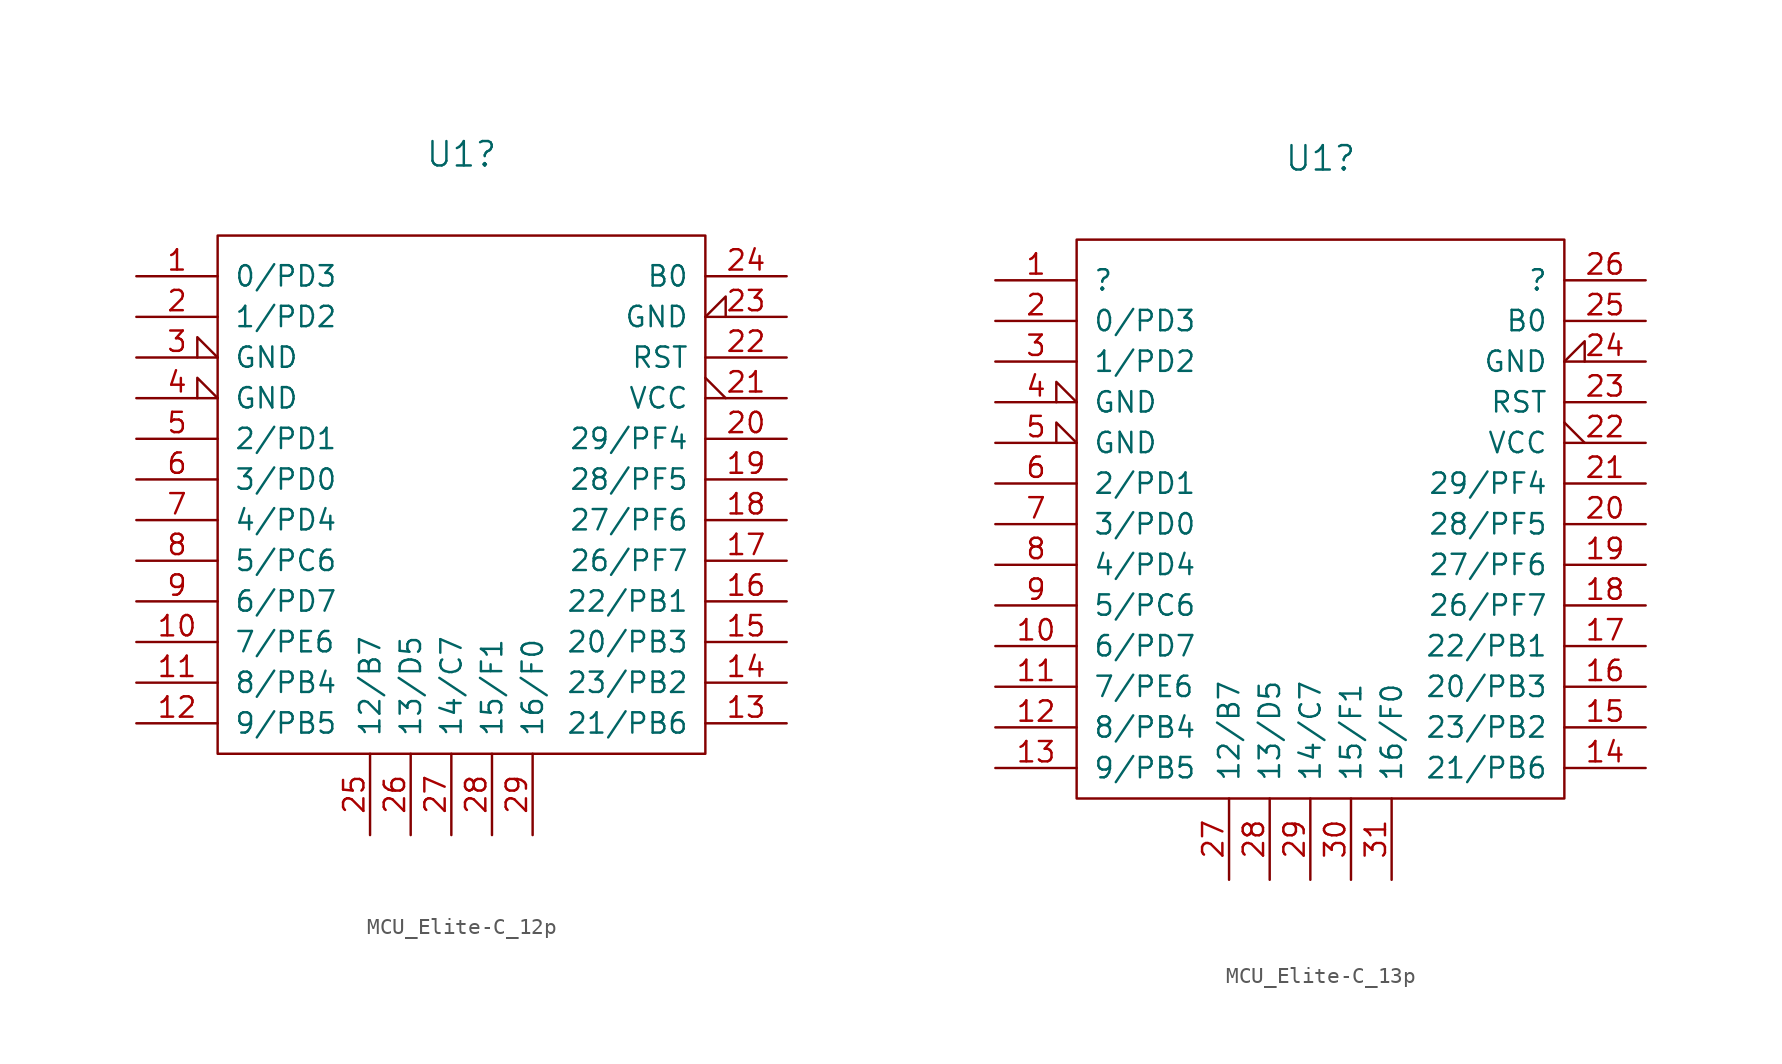
<source format=kicad_sym>
(kicad_symbol_lib
  (version 20241209)
  (generator "kicad_symbol_editor")
  (generator_version "9.0")
  (symbol "MCU_Elite-C_12p"
    (pin_names
      (offset 1.016))
    (property "Reference" "U1"
      (at 0 21.59 0)
      (effects (font (size 1.524 1.524))))
    (symbol "MCU_Elite-C_12p_0_1"
      (rectangle (start -15.24 16.51) (end 15.24 -15.875) (stroke (width 0) (type default)) (fill (type none))))
    (symbol "MCU_Elite-C_12p_1_1"
      (pin passive line (at -20.32 13.97 0) (length 5.08) (name "0/PD3" (effects (font (size 1.27 1.27)))) (number "1" (effects (font (size 1.27 1.27)))))
      (pin passive line (at -20.32 11.43 0) (length 5.08) (name "1/PD2" (effects (font (size 1.27 1.27)))) (number "2" (effects (font (size 1.27 1.27)))))
      (pin passive input_low (at -20.32 8.89 0) (length 5.08) (name "GND" (effects (font (size 1.27 1.27)))) (number "3" (effects (font (size 1.27 1.27)))))
      (pin passive input_low (at -20.32 6.35 0) (length 5.08) (name "GND" (effects (font (size 1.27 1.27)))) (number "4" (effects (font (size 1.27 1.27)))))
      (pin passive line (at -20.32 3.81 0) (length 5.08) (name "2/PD1" (effects (font (size 1.27 1.27)))) (number "5" (effects (font (size 1.27 1.27)))))
      (pin passive line (at -20.32 1.27 0) (length 5.08) (name "3/PD0" (effects (font (size 1.27 1.27)))) (number "6" (effects (font (size 1.27 1.27)))))
      (pin passive line (at -20.32 -1.27 0) (length 5.08) (name "4/PD4" (effects (font (size 1.27 1.27)))) (number "7" (effects (font (size 1.27 1.27)))))
      (pin passive line (at -20.32 -3.81 0) (length 5.08) (name "5/PC6" (effects (font (size 1.27 1.27)))) (number "8" (effects (font (size 1.27 1.27)))))
      (pin passive line (at -20.32 -6.35 0) (length 5.08) (name "6/PD7" (effects (font (size 1.27 1.27)))) (number "9" (effects (font (size 1.27 1.27)))))
      (pin passive line (at -20.32 -8.89 0) (length 5.08) (name "7/PE6" (effects (font (size 1.27 1.27)))) (number "10" (effects (font (size 1.27 1.27)))))
      (pin passive line (at -20.32 -11.43 0) (length 5.08) (name "8/PB4" (effects (font (size 1.27 1.27)))) (number "11" (effects (font (size 1.27 1.27)))))
      (pin passive line (at -20.32 -13.97 0) (length 5.08) (name "9/PB5" (effects (font (size 1.27 1.27)))) (number "12" (effects (font (size 1.27 1.27)))))
      (pin passive line (at -5.715 -20.955 90) (length 5.08) (name "12/B7" (effects (font (size 1.27 1.27)))) (number "25" (effects (font (size 1.27 1.27)))))
      (pin passive line (at -3.175 -20.955 90) (length 5.08) (name "13/D5" (effects (font (size 1.27 1.27)))) (number "26" (effects (font (size 1.27 1.27)))))
      (pin passive line (at -0.635 -20.955 90) (length 5.08) (name "14/C7" (effects (font (size 1.27 1.27)))) (number "27" (effects (font (size 1.27 1.27)))))
      (pin passive line (at 1.905 -20.955 90) (length 5.08) (name "15/F1" (effects (font (size 1.27 1.27)))) (number "28" (effects (font (size 1.27 1.27)))))
      (pin passive line (at 4.445 -20.955 90) (length 5.08) (name "16/F0" (effects (font (size 1.27 1.27)))) (number "29" (effects (font (size 1.27 1.27)))))
      (pin passive line (at 20.32 13.97 180) (length 5.08) (name "B0" (effects (font (size 1.27 1.27)))) (number "24" (effects (font (size 1.27 1.27)))))
      (pin passive input_low (at 20.32 11.43 180) (length 5.08) (name "GND" (effects (font (size 1.27 1.27)))) (number "23" (effects (font (size 1.27 1.27)))))
      (pin passive line (at 20.32 8.89 180) (length 5.08) (name "RST" (effects (font (size 1.27 1.27)))) (number "22" (effects (font (size 1.27 1.27)))))
      (pin passive output_low (at 20.32 6.35 180) (length 5.08) (name "VCC" (effects (font (size 1.27 1.27)))) (number "21" (effects (font (size 1.27 1.27)))))
      (pin passive line (at 20.32 3.81 180) (length 5.08) (name "29/PF4" (effects (font (size 1.27 1.27)))) (number "20" (effects (font (size 1.27 1.27)))))
      (pin passive line (at 20.32 1.27 180) (length 5.08) (name "28/PF5" (effects (font (size 1.27 1.27)))) (number "19" (effects (font (size 1.27 1.27)))))
      (pin passive line (at 20.32 -1.27 180) (length 5.08) (name "27/PF6" (effects (font (size 1.27 1.27)))) (number "18" (effects (font (size 1.27 1.27)))))
      (pin passive line (at 20.32 -3.81 180) (length 5.08) (name "26/PF7" (effects (font (size 1.27 1.27)))) (number "17" (effects (font (size 1.27 1.27)))))
      (pin passive line (at 20.32 -6.35 180) (length 5.08) (name "22/PB1" (effects (font (size 1.27 1.27)))) (number "16" (effects (font (size 1.27 1.27)))))
      (pin passive line (at 20.32 -8.89 180) (length 5.08) (name "20/PB3" (effects (font (size 1.27 1.27)))) (number "15" (effects (font (size 1.27 1.27)))))
      (pin passive line (at 20.32 -11.43 180) (length 5.08) (name "23/PB2" (effects (font (size 1.27 1.27)))) (number "14" (effects (font (size 1.27 1.27)))))
      (pin passive line (at 20.32 -13.97 180) (length 5.08) (name "21/PB6" (effects (font (size 1.27 1.27)))) (number "13" (effects (font (size 1.27 1.27)))))))
  (symbol "MCU_Elite-C_13p"
    (pin_names
      (offset 1.016))
    (property "Reference" "U1"
      (at 0 24.13 0)
      (effects (font (size 1.524 1.524))))
    (symbol "MCU_Elite-C_13p_0_1"
      (rectangle (start -15.24 19.05) (end 15.24 -15.875) (stroke (width 0) (type default)) (fill (type none))))
    (symbol "MCU_Elite-C_13p_1_1"
      (pin passive line (at -20.32 16.51 0) (length 5.08) (name "?" (effects (font (size 1.27 1.27)))) (number "1" (effects (font (size 1.27 1.27)))))
      (pin passive line (at -20.32 13.97 0) (length 5.08) (name "0/PD3" (effects (font (size 1.27 1.27)))) (number "2" (effects (font (size 1.27 1.27)))))
      (pin passive line (at -20.32 11.43 0) (length 5.08) (name "1/PD2" (effects (font (size 1.27 1.27)))) (number "3" (effects (font (size 1.27 1.27)))))
      (pin passive input_low (at -20.32 8.89 0) (length 5.08) (name "GND" (effects (font (size 1.27 1.27)))) (number "4" (effects (font (size 1.27 1.27)))))
      (pin passive input_low (at -20.32 6.35 0) (length 5.08) (name "GND" (effects (font (size 1.27 1.27)))) (number "5" (effects (font (size 1.27 1.27)))))
      (pin passive line (at -20.32 3.81 0) (length 5.08) (name "2/PD1" (effects (font (size 1.27 1.27)))) (number "6" (effects (font (size 1.27 1.27)))))
      (pin passive line (at -20.32 1.27 0) (length 5.08) (name "3/PD0" (effects (font (size 1.27 1.27)))) (number "7" (effects (font (size 1.27 1.27)))))
      (pin passive line (at -20.32 -1.27 0) (length 5.08) (name "4/PD4" (effects (font (size 1.27 1.27)))) (number "8" (effects (font (size 1.27 1.27)))))
      (pin passive line (at -20.32 -3.81 0) (length 5.08) (name "5/PC6" (effects (font (size 1.27 1.27)))) (number "9" (effects (font (size 1.27 1.27)))))
      (pin passive line (at -20.32 -6.35 0) (length 5.08) (name "6/PD7" (effects (font (size 1.27 1.27)))) (number "10" (effects (font (size 1.27 1.27)))))
      (pin passive line (at -20.32 -8.89 0) (length 5.08) (name "7/PE6" (effects (font (size 1.27 1.27)))) (number "11" (effects (font (size 1.27 1.27)))))
      (pin passive line (at -20.32 -11.43 0) (length 5.08) (name "8/PB4" (effects (font (size 1.27 1.27)))) (number "12" (effects (font (size 1.27 1.27)))))
      (pin passive line (at -20.32 -13.97 0) (length 5.08) (name "9/PB5" (effects (font (size 1.27 1.27)))) (number "13" (effects (font (size 1.27 1.27)))))
      (pin passive line (at -5.715 -20.955 90) (length 5.08) (name "12/B7" (effects (font (size 1.27 1.27)))) (number "27" (effects (font (size 1.27 1.27)))))
      (pin passive line (at -3.175 -20.955 90) (length 5.08) (name "13/D5" (effects (font (size 1.27 1.27)))) (number "28" (effects (font (size 1.27 1.27)))))
      (pin passive line (at -0.635 -20.955 90) (length 5.08) (name "14/C7" (effects (font (size 1.27 1.27)))) (number "29" (effects (font (size 1.27 1.27)))))
      (pin passive line (at 1.905 -20.955 90) (length 5.08) (name "15/F1" (effects (font (size 1.27 1.27)))) (number "30" (effects (font (size 1.27 1.27)))))
      (pin passive line (at 4.445 -20.955 90) (length 5.08) (name "16/F0" (effects (font (size 1.27 1.27)))) (number "31" (effects (font (size 1.27 1.27)))))
      (pin passive line (at 20.32 16.51 180) (length 5.08) (name "?" (effects (font (size 1.27 1.27)))) (number "26" (effects (font (size 1.27 1.27)))))
      (pin passive line (at 20.32 13.97 180) (length 5.08) (name "B0" (effects (font (size 1.27 1.27)))) (number "25" (effects (font (size 1.27 1.27)))))
      (pin passive input_low (at 20.32 11.43 180) (length 5.08) (name "GND" (effects (font (size 1.27 1.27)))) (number "24" (effects (font (size 1.27 1.27)))))
      (pin passive line (at 20.32 8.89 180) (length 5.08) (name "RST" (effects (font (size 1.27 1.27)))) (number "23" (effects (font (size 1.27 1.27)))))
      (pin passive output_low (at 20.32 6.35 180) (length 5.08) (name "VCC" (effects (font (size 1.27 1.27)))) (number "22" (effects (font (size 1.27 1.27)))))
      (pin passive line (at 20.32 3.81 180) (length 5.08) (name "29/PF4" (effects (font (size 1.27 1.27)))) (number "21" (effects (font (size 1.27 1.27)))))
      (pin passive line (at 20.32 1.27 180) (length 5.08) (name "28/PF5" (effects (font (size 1.27 1.27)))) (number "20" (effects (font (size 1.27 1.27)))))
      (pin passive line (at 20.32 -1.27 180) (length 5.08) (name "27/PF6" (effects (font (size 1.27 1.27)))) (number "19" (effects (font (size 1.27 1.27)))))
      (pin passive line (at 20.32 -3.81 180) (length 5.08) (name "26/PF7" (effects (font (size 1.27 1.27)))) (number "18" (effects (font (size 1.27 1.27)))))
      (pin passive line (at 20.32 -6.35 180) (length 5.08) (name "22/PB1" (effects (font (size 1.27 1.27)))) (number "17" (effects (font (size 1.27 1.27)))))
      (pin passive line (at 20.32 -8.89 180) (length 5.08) (name "20/PB3" (effects (font (size 1.27 1.27)))) (number "16" (effects (font (size 1.27 1.27)))))
      (pin passive line (at 20.32 -11.43 180) (length 5.08) (name "23/PB2" (effects (font (size 1.27 1.27)))) (number "15" (effects (font (size 1.27 1.27)))))
      (pin passive line (at 20.32 -13.97 180) (length 5.08) (name "21/PB6" (effects (font (size 1.27 1.27)))) (number "14" (effects (font (size 1.27 1.27))))))))
</source>
